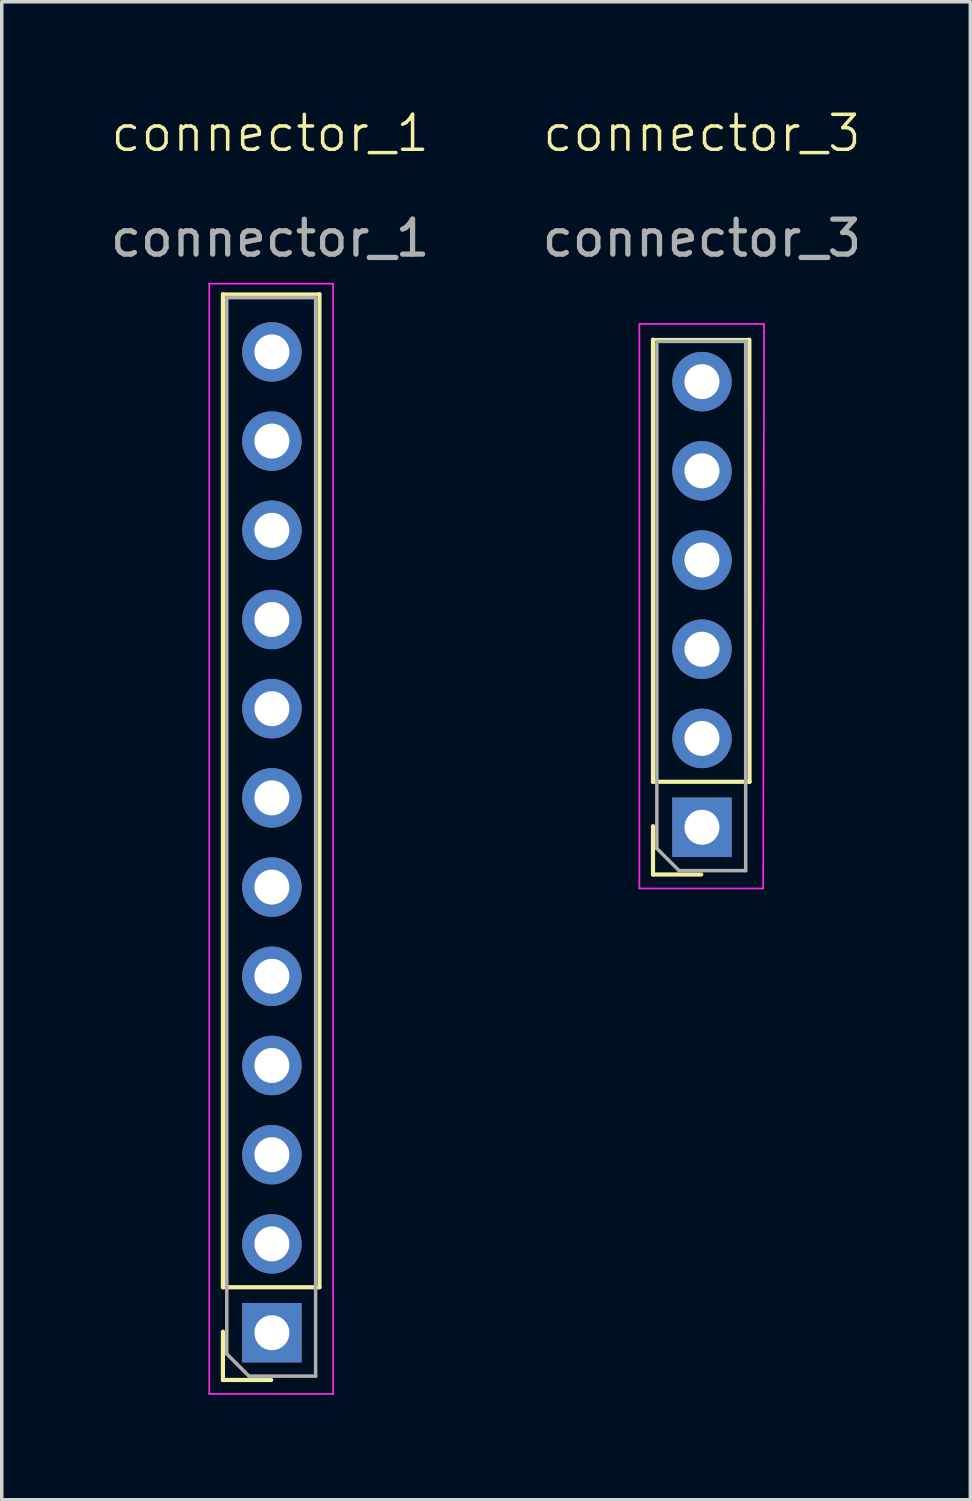
<source format=kicad_pcb>
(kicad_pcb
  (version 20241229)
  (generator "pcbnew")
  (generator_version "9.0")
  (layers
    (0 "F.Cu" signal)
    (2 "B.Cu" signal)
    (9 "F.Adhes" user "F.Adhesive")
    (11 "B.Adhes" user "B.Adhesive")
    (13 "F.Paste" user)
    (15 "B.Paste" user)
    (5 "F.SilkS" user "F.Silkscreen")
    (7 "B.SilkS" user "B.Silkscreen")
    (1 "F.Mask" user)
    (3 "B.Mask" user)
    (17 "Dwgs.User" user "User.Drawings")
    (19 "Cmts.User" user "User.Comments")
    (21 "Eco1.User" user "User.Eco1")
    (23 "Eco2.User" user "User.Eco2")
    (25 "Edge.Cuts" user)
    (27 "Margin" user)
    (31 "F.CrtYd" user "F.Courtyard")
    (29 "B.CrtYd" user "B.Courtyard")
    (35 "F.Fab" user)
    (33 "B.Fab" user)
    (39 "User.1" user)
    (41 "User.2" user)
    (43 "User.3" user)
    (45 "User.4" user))
  (footprint "connector_3"
    (layer "F.Cu")
    (at 17.018 1.26)
    (property "Reference" "connector_3" (at 0 -0.5 0) (unlocked yes) (layer "F.SilkS") (effects (font (size 1 1) (thickness 0.1))))
    (attr smd)
    (fp_line (start -1.4 18.04) (end -1.4 5.4) (stroke (width 0.12) (type solid)) (layer "F.SilkS"))
    (fp_line (start -1.4 18.04) (end 1.36 18.04) (stroke (width 0.12) (type solid)) (layer "F.SilkS"))
    (fp_line (start -1.4 19.31) (end -1.4 20.69) (stroke (width 0.12) (type solid)) (layer "F.SilkS"))
    (fp_line (start -1.4 20.69) (end -0.02 20.69) (stroke (width 0.12) (type solid)) (layer "F.SilkS"))
    (fp_line (start 1.355 5.4) (end -1.405 5.4) (stroke (width 0.1) (type default)) (layer "F.SilkS"))
    (fp_line (start 1.36 18.04) (end 1.355 5.4) (stroke (width 0.12) (type solid)) (layer "F.SilkS"))
    (fp_line (start -1.79 21.09) (end -1.79 4.95) (stroke (width 0.05) (type solid)) (layer "F.CrtYd"))
    (fp_line (start -1.775 4.95) (end 1.775 4.95) (stroke (width 0.05) (type default)) (layer "F.CrtYd"))
    (fp_line (start 1.75 21.09) (end -1.79 21.09) (stroke (width 0.05) (type solid)) (layer "F.CrtYd"))
    (fp_line (start 1.775 4.95) (end 1.75 21.09) (stroke (width 0.05) (type solid)) (layer "F.CrtYd"))
    (fp_line (start -1.29 5.5) (end -1.29 19.945) (stroke (width 0.1) (type solid)) (layer "F.Fab"))
    (fp_line (start -1.29 19.945) (end -0.655 20.58) (stroke (width 0.1) (type solid)) (layer "F.Fab"))
    (fp_line (start -1.275 5.45) (end 1.275 5.45) (stroke (width 0.1) (type default)) (layer "F.Fab"))
    (fp_line (start -0.655 20.58) (end 1.25 20.58) (stroke (width 0.1) (type solid)) (layer "F.Fab"))
    (fp_line (start 1.25 20.58) (end 1.25 5.45) (stroke (width 0.1) (type solid)) (layer "F.Fab"))
    (fp_text user "${REFERENCE}" (at 0 2.5 0) (unlocked yes) (layer "F.Fab") (effects (font (size 1 1) (thickness 0.15))))
    (pad "1" thru_hole rect (at 0 19.34) (size 1.7 1.7) (drill 1) (layers "*.Cu" "*.Mask"))
    (pad "2" thru_hole circle (at 0 16.8) (size 1.7 1.7) (drill 1) (layers "*.Cu" "*.Mask"))
    (pad "3" thru_hole circle (at 0 14.25) (size 1.7 1.7) (drill 1) (layers "*.Cu" "*.Mask"))
    (pad "4" thru_hole circle (at 0 11.7) (size 1.7 1.7) (drill 1) (layers "*.Cu" "*.Mask"))
    (pad "5" thru_hole circle (at 0 9.15) (size 1.7 1.7) (drill 1) (layers "*.Cu" "*.Mask"))
    (pad "6" thru_hole circle (at 0 6.6) (size 1.7 1.7) (drill 1) (layers "*.Cu" "*.Mask")))
  (footprint "connector_1"
    (layer "F.Cu")
    (at 4.673 1.26)
    (property "Reference" "connector_1" (at 0 -0.5 0) (unlocked yes) (layer "F.SilkS") (effects (font (size 1 1) (thickness 0.1))))
    (attr smd)
    (fp_line (start -1.35 32.49) (end -1.35 4.1) (stroke (width 0.12) (type solid)) (layer "F.SilkS"))
    (fp_line (start -1.35 32.49) (end 1.41 32.49) (stroke (width 0.12) (type solid)) (layer "F.SilkS"))
    (fp_line (start -1.35 33.76) (end -1.35 35.14) (stroke (width 0.12) (type solid)) (layer "F.SilkS"))
    (fp_line (start -1.35 35.14) (end 0.03 35.14) (stroke (width 0.12) (type solid)) (layer "F.SilkS"))
    (fp_line (start 1.41 4.1) (end -1.35 4.1) (stroke (width 0.1) (type default)) (layer "F.SilkS"))
    (fp_line (start 1.41 32.49) (end 1.41 4.1) (stroke (width 0.12) (type solid)) (layer "F.SilkS"))
    (fp_line (start -1.75 3.8) (end 1.8 3.8) (stroke (width 0.05) (type default)) (layer "F.CrtYd"))
    (fp_line (start -1.74 35.54) (end -1.74 3.8) (stroke (width 0.05) (type solid)) (layer "F.CrtYd"))
    (fp_line (start 1.8 3.8) (end 1.8 35.54) (stroke (width 0.05) (type solid)) (layer "F.CrtYd"))
    (fp_line (start 1.8 35.54) (end -1.74 35.54) (stroke (width 0.05) (type solid)) (layer "F.CrtYd"))
    (fp_line (start -1.25 4.2) (end 1.3 4.2) (stroke (width 0.1) (type default)) (layer "F.Fab"))
    (fp_line (start -1.24 4.2) (end -1.24 34.395) (stroke (width 0.1) (type solid)) (layer "F.Fab"))
    (fp_line (start -1.24 34.395) (end -0.605 35.03) (stroke (width 0.1) (type solid)) (layer "F.Fab"))
    (fp_line (start -0.605 35.03) (end 1.3 35.03) (stroke (width 0.1) (type solid)) (layer "F.Fab"))
    (fp_line (start 1.3 35.03) (end 1.3 4.2) (stroke (width 0.1) (type solid)) (layer "F.Fab"))
    (fp_text user "${REFERENCE}" (at 0 2.5 0) (unlocked yes) (layer "F.Fab") (effects (font (size 1 1) (thickness 0.15))))
    (pad "1" thru_hole rect (at 0.05 33.79) (size 1.7 1.7) (drill 1) (layers "*.Cu" "*.Mask"))
    (pad "2" thru_hole circle (at 0.05 31.25) (size 1.7 1.7) (drill 1) (layers "*.Cu" "*.Mask"))
    (pad "3" thru_hole circle (at 0.05 28.7) (size 1.7 1.7) (drill 1) (layers "*.Cu" "*.Mask"))
    (pad "4" thru_hole circle (at 0.05 26.15) (size 1.7 1.7) (drill 1) (layers "*.Cu" "*.Mask"))
    (pad "5" thru_hole circle (at 0.05 23.6) (size 1.7 1.7) (drill 1) (layers "*.Cu" "*.Mask"))
    (pad "6" thru_hole circle (at 0.05 21.05) (size 1.7 1.7) (drill 1) (layers "*.Cu" "*.Mask"))
    (pad "7" thru_hole circle (at 0.05 18.5) (size 1.7 1.7) (drill 1) (layers "*.Cu" "*.Mask"))
    (pad "8" thru_hole circle (at 0.05 15.95) (size 1.7 1.7) (drill 1) (layers "*.Cu" "*.Mask"))
    (pad "9" thru_hole circle (at 0.05 13.4) (size 1.7 1.7) (drill 1) (layers "*.Cu" "*.Mask"))
    (pad "10" thru_hole circle (at 0.05 10.85) (size 1.7 1.7) (drill 1) (layers "*.Cu" "*.Mask"))
    (pad "11" thru_hole circle (at 0.05 8.3) (size 1.7 1.7) (drill 1) (layers "*.Cu" "*.Mask"))
    (pad "12" thru_hole circle (at 0.05 5.75) (size 1.7 1.7) (drill 1) (layers "*.Cu" "*.Mask")))
  (gr_rect
    (start -3 -3)
    (end 24.69 39.825)
    (stroke (width 0.1) (type default))
    (fill no)
    (layer "Edge.Cuts")))
</source>
